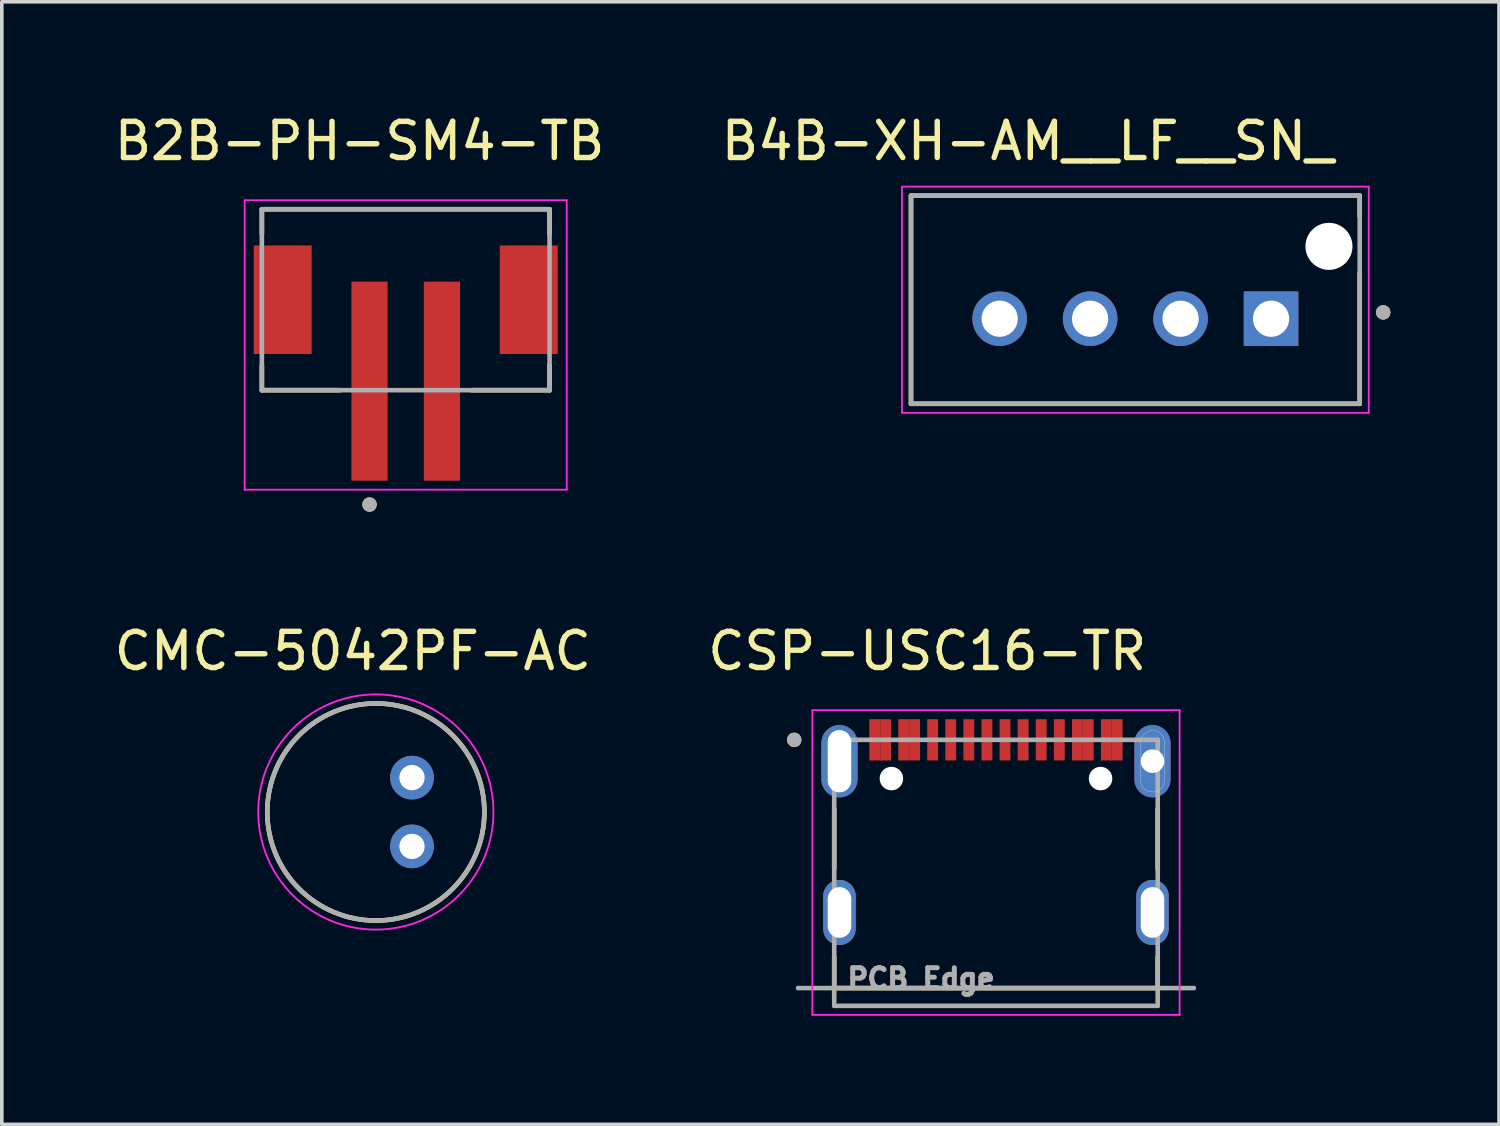
<source format=kicad_pcb>
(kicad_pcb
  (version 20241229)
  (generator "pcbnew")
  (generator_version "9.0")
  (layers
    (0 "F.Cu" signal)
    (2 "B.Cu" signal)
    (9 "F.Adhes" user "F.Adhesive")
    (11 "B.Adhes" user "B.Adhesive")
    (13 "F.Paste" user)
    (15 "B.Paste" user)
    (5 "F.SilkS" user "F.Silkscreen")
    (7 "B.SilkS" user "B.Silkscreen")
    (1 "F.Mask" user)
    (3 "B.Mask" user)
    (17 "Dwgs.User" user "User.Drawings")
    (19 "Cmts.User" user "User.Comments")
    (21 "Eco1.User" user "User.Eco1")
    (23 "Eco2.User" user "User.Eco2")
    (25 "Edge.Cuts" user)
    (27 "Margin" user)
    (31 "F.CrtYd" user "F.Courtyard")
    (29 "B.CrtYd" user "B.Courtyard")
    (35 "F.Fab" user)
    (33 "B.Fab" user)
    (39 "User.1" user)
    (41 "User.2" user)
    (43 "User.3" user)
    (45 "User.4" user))
  (footprint "CMC-5042PF-AC"
    (layer "F.Cu")
    (at 7.336 19.39)
    (property "Reference" "CMC-5042PF-AC" (at -0.635 -4.448 0) (layer "F.SilkS") (effects (font (size 1.001 1.001) (thickness 0.15))))
    (attr through_hole)
    (fp_circle (center 0 0) (end 3 0) (stroke (width 0.127) (type solid)) (fill no) (layer "F.SilkS"))
    (fp_circle (center 0 0) (end 3.25 0) (stroke (width 0.05) (type solid)) (fill no) (layer "F.CrtYd"))
    (fp_circle (center 0 0) (end 3 0) (stroke (width 0.127) (type solid)) (fill no) (layer "F.Fab"))
    (pad "GND" thru_hole circle (at 1 -0.95) (size 1.208 1.208) (drill 0.7) (layers "*.Cu" "*.Mask"))
    (pad "OUT" thru_hole circle (at 1 0.95) (size 1.208 1.208) (drill 0.7) (layers "*.Cu" "*.Mask")))
  (footprint "B2B-PH-SM4-TB"
    (layer "F.Cu")
    (at 8.162 5.233)
    (property "Reference" "B2B-PH-SM4-TB" (at -1.275 -4.385 0) (layer "F.SilkS") (effects (font (size 1 1) (thickness 0.15))))
    (attr smd)
    (fp_line (start -3.975 -2.5) (end 3.975 -2.5) (stroke (width 0.127) (type solid)) (layer "F.SilkS"))
    (fp_line (start -3.975 -1.82) (end -3.975 -2.5) (stroke (width 0.127) (type solid)) (layer "F.SilkS"))
    (fp_line (start -3.975 2.5) (end -3.975 1.82) (stroke (width 0.127) (type solid)) (layer "F.SilkS"))
    (fp_line (start -1.82 2.5) (end -3.975 2.5) (stroke (width 0.127) (type solid)) (layer "F.SilkS"))
    (fp_line (start 3.975 -2.5) (end 3.975 -1.82) (stroke (width 0.127) (type solid)) (layer "F.SilkS"))
    (fp_line (start 3.975 2.5) (end 1.82 2.5) (stroke (width 0.127) (type solid)) (layer "F.SilkS"))
    (fp_line (start 3.975 2.5) (end 3.975 1.82) (stroke (width 0.127) (type solid)) (layer "F.SilkS"))
    (fp_circle (center -1 5.66) (end -0.9 5.66) (stroke (width 0.2) (type solid)) (fill no) (layer "F.SilkS"))
    (fp_line (start -4.45 -2.75) (end -4.45 5.25) (stroke (width 0.05) (type solid)) (layer "F.CrtYd"))
    (fp_line (start -4.45 5.25) (end 4.45 5.25) (stroke (width 0.05) (type solid)) (layer "F.CrtYd"))
    (fp_line (start 4.45 -2.75) (end -4.45 -2.75) (stroke (width 0.05) (type solid)) (layer "F.CrtYd"))
    (fp_line (start 4.45 5.25) (end 4.45 -2.75) (stroke (width 0.05) (type solid)) (layer "F.CrtYd"))
    (fp_line (start -3.975 -2.5) (end 3.975 -2.5) (stroke (width 0.127) (type solid)) (layer "F.Fab"))
    (fp_line (start -3.975 2.5) (end -3.975 -2.5) (stroke (width 0.127) (type solid)) (layer "F.Fab"))
    (fp_line (start 3.975 -2.5) (end 3.975 2.5) (stroke (width 0.127) (type solid)) (layer "F.Fab"))
    (fp_line (start 3.975 2.5) (end -3.975 2.5) (stroke (width 0.127) (type solid)) (layer "F.Fab"))
    (fp_circle (center -1 5.66) (end -0.9 5.66) (stroke (width 0.2) (type solid)) (fill no) (layer "F.Fab"))
    (pad "1" smd rect (at -1 2.25) (size 1 5.5) (layers "F.Cu" "F.Mask" "F.Paste"))
    (pad "2" smd rect (at 1 2.25) (size 1 5.5) (layers "F.Cu" "F.Mask" "F.Paste"))
    (pad "S1" smd rect (at -3.4 0) (size 1.6 3) (layers "F.Cu" "F.Mask" "F.Paste"))
    (pad "S2" smd rect (at 3.4 0) (size 1.6 3) (layers "F.Cu" "F.Mask" "F.Paste")))
  (footprint "B4B-XH-AM__LF__SN_"
    (layer "F.Cu")
    (at 28.326 5.233)
    (property "Reference" "B4B-XH-AM__LF__SN_" (at -2.975 -4.385 0) (layer "F.SilkS") (effects (font (size 1 1) (thickness 0.15))))
    (attr through_hole)
    (fp_line (start -6.2 -2.875) (end 6.2 -2.875) (stroke (width 0.127) (type solid)) (layer "F.SilkS"))
    (fp_line (start -6.2 2.875) (end -6.2 -2.875) (stroke (width 0.127) (type solid)) (layer "F.SilkS"))
    (fp_line (start 6.2 -2.875) (end 6.2 -2.3) (stroke (width 0.127) (type solid)) (layer "F.SilkS"))
    (fp_line (start 6.2 -0.75) (end 6.2 2.875) (stroke (width 0.127) (type solid)) (layer "F.SilkS"))
    (fp_line (start 6.2 2.875) (end -6.2 2.875) (stroke (width 0.127) (type solid)) (layer "F.SilkS"))
    (fp_circle (center 6.85 0.35) (end 6.95 0.35) (stroke (width 0.2) (type solid)) (fill no) (layer "F.SilkS"))
    (fp_line (start -6.45 -3.125) (end 6.45 -3.125) (stroke (width 0.05) (type solid)) (layer "F.CrtYd"))
    (fp_line (start -6.45 3.125) (end -6.45 -3.125) (stroke (width 0.05) (type solid)) (layer "F.CrtYd"))
    (fp_line (start 6.45 -3.125) (end 6.45 3.125) (stroke (width 0.05) (type solid)) (layer "F.CrtYd"))
    (fp_line (start 6.45 3.125) (end -6.45 3.125) (stroke (width 0.05) (type solid)) (layer "F.CrtYd"))
    (fp_line (start -6.2 -2.875) (end 6.2 -2.875) (stroke (width 0.127) (type solid)) (layer "F.Fab"))
    (fp_line (start -6.2 2.875) (end -6.2 -2.875) (stroke (width 0.127) (type solid)) (layer "F.Fab"))
    (fp_line (start 6.2 -2.875) (end 6.2 2.875) (stroke (width 0.127) (type solid)) (layer "F.Fab"))
    (fp_line (start 6.2 2.875) (end -6.2 2.875) (stroke (width 0.127) (type solid)) (layer "F.Fab"))
    (fp_circle (center 6.85 0.35) (end 6.95 0.35) (stroke (width 0.2) (type solid)) (fill no) (layer "F.Fab"))
    (pad "" np_thru_hole circle (at 5.35 -1.475) (size 1.3 1.3) (drill 1.3) (layers "*.Cu" "*.Mask"))
    (pad "1" thru_hole rect (at 3.75 0.525) (size 1.508 1.508) (drill 1) (layers "*.Cu" "*.Mask"))
    (pad "2" thru_hole circle (at 1.25 0.525) (size 1.508 1.508) (drill 1) (layers "*.Cu" "*.Mask"))
    (pad "3" thru_hole circle (at -1.25 0.525) (size 1.508 1.508) (drill 1) (layers "*.Cu" "*.Mask"))
    (pad "4" thru_hole circle (at -3.75 0.525) (size 1.508 1.508) (drill 1) (layers "*.Cu" "*.Mask")))
  (footprint "CSP-USC16-TR"
    (layer "F.Cu")
    (at 24.474 17.396)
    (property "Reference" "CSP-USC16-TR" (at -1.9 -2.455 0) (layer "F.SilkS") (effects (font (size 1 1) (thickness 0.15))))
    (attr smd)
    (fp_line (start -4.47 1.91) (end -4.47 3.55) (stroke (width 0.127) (type solid)) (layer "F.SilkS"))
    (fp_line (start -4.47 6.86) (end -4.47 6) (stroke (width 0.127) (type solid)) (layer "F.SilkS"))
    (fp_line (start -4.47 6.86) (end 4.47 6.86) (stroke (width 0.127) (type solid)) (layer "F.SilkS"))
    (fp_line (start 4.47 1.91) (end 4.47 3.55) (stroke (width 0.127) (type solid)) (layer "F.SilkS"))
    (fp_line (start 4.47 6.86) (end 4.47 6) (stroke (width 0.127) (type solid)) (layer "F.SilkS"))
    (fp_circle (center -5.575 0) (end -5.475 0) (stroke (width 0.2) (type solid)) (fill no) (layer "F.SilkS"))
    (fp_line (start 4 1.14) (end 4 0.09) (stroke (width 0.01) (type solid)) (layer "Edge.Cuts"))
    (fp_line (start 4.65 0.04) (end 4.65 1.14) (stroke (width 0.01) (type solid)) (layer "Edge.Cuts"))
    (fp_arc (start 4 0.09) (mid 4.087513 -0.151274) (end 4.32 -0.26) (stroke (width 0.01) (type solid)) (layer "Edge.Cuts"))
    (fp_arc (start 4.32 -0.26) (mid 4.547132 -0.178345) (end 4.65 0.04) (stroke (width 0.01) (type solid)) (layer "Edge.Cuts"))
    (fp_arc (start 4.32 1.44) (mid 4.097868 1.356274) (end 4 1.14) (stroke (width 0.01) (type solid)) (layer "Edge.Cuts"))
    (fp_arc (start 4.65 1.14) (mid 4.547132 1.358345) (end 4.32 1.44) (stroke (width 0.01) (type solid)) (layer "Edge.Cuts"))
    (fp_line (start -5.075 -0.82) (end -5.075 7.6) (stroke (width 0.05) (type solid)) (layer "F.CrtYd"))
    (fp_line (start -5.075 7.6) (end 5.075 7.6) (stroke (width 0.05) (type solid)) (layer "F.CrtYd"))
    (fp_line (start 5.075 -0.82) (end -5.075 -0.82) (stroke (width 0.05) (type solid)) (layer "F.CrtYd"))
    (fp_line (start 5.075 7.6) (end 5.075 -0.82) (stroke (width 0.05) (type solid)) (layer "F.CrtYd"))
    (fp_line (start -5.47 6.86) (end 5.47 6.86) (stroke (width 0.127) (type solid)) (layer "F.Fab"))
    (fp_line (start -4.47 0) (end -4.47 7.35) (stroke (width 0.127) (type solid)) (layer "F.Fab"))
    (fp_line (start -4.47 7.35) (end 4.47 7.35) (stroke (width 0.127) (type solid)) (layer "F.Fab"))
    (fp_line (start 4.47 0) (end -4.47 0) (stroke (width 0.127) (type solid)) (layer "F.Fab"))
    (fp_line (start 4.47 7.35) (end 4.47 0) (stroke (width 0.127) (type solid)) (layer "F.Fab"))
    (fp_circle (center -5.575 0) (end -5.475 0) (stroke (width 0.2) (type solid)) (fill no) (layer "F.Fab"))
    (fp_text user "PCB Edge" (at -2.07 6.6 0) (layer "F.Fab") (effects (font (size 0.551 0.551) (thickness 0.15))))
    (pad "" np_thru_hole circle (at -2.89 1.07) (size 0.65 0.65) (drill 0.65) (layers "*.Cu" "*.Mask"))
    (pad "" np_thru_hole circle (at 2.89 1.07) (size 0.65 0.65) (drill 0.65) (layers "*.Cu" "*.Mask"))
    (pad "A1" smd rect (at -3.35 0) (size 0.3 1.14) (layers "F.Cu" "F.Mask" "F.Paste"))
    (pad "A4" smd rect (at -2.55 0) (size 0.3 1.14) (layers "F.Cu" "F.Mask" "F.Paste"))
    (pad "A5" smd rect (at -1.25 0) (size 0.3 1.14) (layers "F.Cu" "F.Mask" "F.Paste"))
    (pad "A6" smd rect (at -0.25 0) (size 0.3 1.14) (layers "F.Cu" "F.Mask" "F.Paste"))
    (pad "A7" smd rect (at 0.25 0) (size 0.3 1.14) (layers "F.Cu" "F.Mask" "F.Paste"))
    (pad "A8" smd rect (at 1.25 0) (size 0.3 1.14) (layers "F.Cu" "F.Mask" "F.Paste"))
    (pad "A9" smd rect (at 2.55 0) (size 0.3 1.14) (layers "F.Cu" "F.Mask" "F.Paste"))
    (pad "A12" smd rect (at 3.35 0) (size 0.3 1.14) (layers "F.Cu" "F.Mask" "F.Paste"))
    (pad "B1" smd rect (at 3.05 0) (size 0.3 1.14) (layers "F.Cu" "F.Mask" "F.Paste"))
    (pad "B4" smd rect (at 2.25 0) (size 0.3 1.14) (layers "F.Cu" "F.Mask" "F.Paste"))
    (pad "B5" smd rect (at 1.75 0) (size 0.3 1.14) (layers "F.Cu" "F.Mask" "F.Paste"))
    (pad "B6" smd rect (at 0.75 0) (size 0.3 1.14) (layers "F.Cu" "F.Mask" "F.Paste"))
    (pad "B7" smd rect (at -0.75 0) (size 0.3 1.14) (layers "F.Cu" "F.Mask" "F.Paste"))
    (pad "B8" smd rect (at -1.75 0) (size 0.3 1.14) (layers "F.Cu" "F.Mask" "F.Paste"))
    (pad "B9" smd rect (at -2.25 0) (size 0.3 1.14) (layers "F.Cu" "F.Mask" "F.Paste"))
    (pad "B12" smd rect (at -3.05 0) (size 0.3 1.14) (layers "F.Cu" "F.Mask" "F.Paste"))
    (pad "S1" thru_hole oval (at -4.325 0.59) (size 1 2) (drill oval 0.65 1.72) (layers "*.Cu" "*.Mask"))
    (pad "S2" thru_hole oval (at 4.325 0.59) (size 1 2) (drill 0.65) (layers "*.Cu" "*.Mask"))
    (pad "S3" thru_hole oval (at -4.325 4.77) (size 0.9 1.8) (drill oval 0.65 1.4) (layers "*.Cu" "*.Mask"))
    (pad "S4" thru_hole oval (at 4.325 4.77) (size 0.9 1.8) (drill oval 0.65 1.4) (layers "*.Cu" "*.Mask")))
  (gr_rect
    (start -3 -3)
    (end 38.376 28.021)
    (stroke (width 0.1) (type default))
    (fill no)
    (layer "Edge.Cuts")))
</source>
